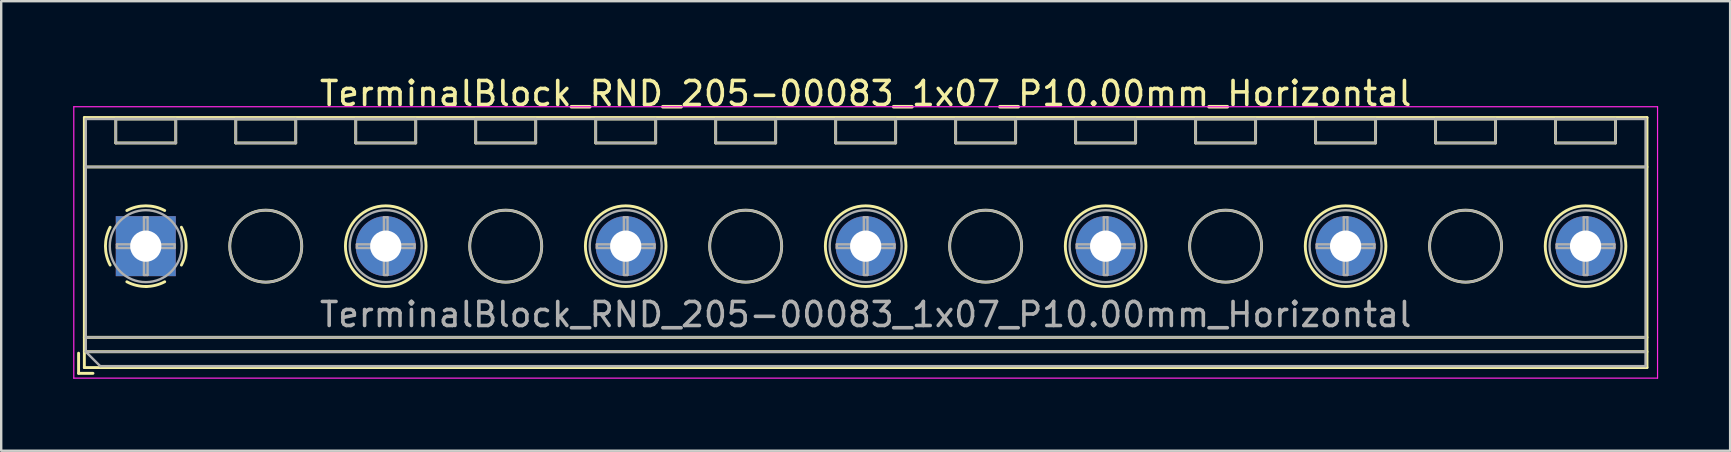
<source format=kicad_pcb>
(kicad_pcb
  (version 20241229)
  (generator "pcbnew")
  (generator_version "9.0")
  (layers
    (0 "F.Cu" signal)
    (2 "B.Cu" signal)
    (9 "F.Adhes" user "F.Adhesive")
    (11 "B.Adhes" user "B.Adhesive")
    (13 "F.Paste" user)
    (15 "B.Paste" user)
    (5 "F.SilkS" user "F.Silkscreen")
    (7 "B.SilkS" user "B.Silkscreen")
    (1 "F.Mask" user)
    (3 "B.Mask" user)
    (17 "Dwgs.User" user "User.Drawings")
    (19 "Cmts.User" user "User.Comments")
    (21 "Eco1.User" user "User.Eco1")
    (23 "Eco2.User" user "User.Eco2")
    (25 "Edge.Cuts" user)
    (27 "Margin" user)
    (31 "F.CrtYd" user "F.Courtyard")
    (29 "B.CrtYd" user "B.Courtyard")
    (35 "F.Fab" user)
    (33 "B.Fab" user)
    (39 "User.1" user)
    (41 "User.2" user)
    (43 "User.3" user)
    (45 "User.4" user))
  (footprint "TerminalBlock_RND_205-00083_1x07_P10.00mm_Horizontal"
    (layer "F.Cu")
    (at 3.025 7.208)
    (property "Reference" "TerminalBlock_RND_205-00083_1x07_P10.00mm_Horizontal" (at 30 -6.36 0) (layer "F.SilkS") (effects (font (size 1 1) (thickness 0.15))))
    (attr through_hole)
    (fp_line (start -2.8 4.46) (end -2.8 5.3) (stroke (width 0.12) (type solid)) (layer "F.SilkS"))
    (fp_line (start -2.8 5.3) (end -2.2 5.3) (stroke (width 0.12) (type solid)) (layer "F.SilkS"))
    (fp_line (start -2.56 -5.36) (end -2.56 5.06) (stroke (width 0.12) (type solid)) (layer "F.SilkS"))
    (fp_line (start -2.56 -5.36) (end 62.56 -5.36) (stroke (width 0.12) (type solid)) (layer "F.SilkS"))
    (fp_line (start -2.56 -3.301) (end 62.56 -3.301) (stroke (width 0.12) (type solid)) (layer "F.SilkS"))
    (fp_line (start -2.56 3.8) (end 62.56 3.8) (stroke (width 0.12) (type solid)) (layer "F.SilkS"))
    (fp_line (start -2.56 4.4) (end 62.56 4.4) (stroke (width 0.12) (type solid)) (layer "F.SilkS"))
    (fp_line (start -2.56 5.06) (end 62.56 5.06) (stroke (width 0.12) (type solid)) (layer "F.SilkS"))
    (fp_line (start -1.25 -5.301) (end -1.25 -4.301) (stroke (width 0.12) (type solid)) (layer "F.SilkS"))
    (fp_line (start -1.25 -5.301) (end 1.25 -5.301) (stroke (width 0.12) (type solid)) (layer "F.SilkS"))
    (fp_line (start -1.25 -4.301) (end 1.25 -4.301) (stroke (width 0.12) (type solid)) (layer "F.SilkS"))
    (fp_line (start 1.25 -5.301) (end 1.25 -4.301) (stroke (width 0.12) (type solid)) (layer "F.SilkS"))
    (fp_line (start 3.75 -5.301) (end 3.75 -4.301) (stroke (width 0.12) (type solid)) (layer "F.SilkS"))
    (fp_line (start 3.75 -5.301) (end 6.25 -5.301) (stroke (width 0.12) (type solid)) (layer "F.SilkS"))
    (fp_line (start 3.75 -4.301) (end 6.25 -4.301) (stroke (width 0.12) (type solid)) (layer "F.SilkS"))
    (fp_line (start 6.25 -5.301) (end 6.25 -4.301) (stroke (width 0.12) (type solid)) (layer "F.SilkS"))
    (fp_line (start 8.75 -5.301) (end 8.75 -4.301) (stroke (width 0.12) (type solid)) (layer "F.SilkS"))
    (fp_line (start 8.75 -5.301) (end 11.25 -5.301) (stroke (width 0.12) (type solid)) (layer "F.SilkS"))
    (fp_line (start 8.75 -4.301) (end 11.25 -4.301) (stroke (width 0.12) (type solid)) (layer "F.SilkS"))
    (fp_line (start 11.25 -5.301) (end 11.25 -4.301) (stroke (width 0.12) (type solid)) (layer "F.SilkS"))
    (fp_line (start 13.75 -5.301) (end 13.75 -4.301) (stroke (width 0.12) (type solid)) (layer "F.SilkS"))
    (fp_line (start 13.75 -5.301) (end 16.25 -5.301) (stroke (width 0.12) (type solid)) (layer "F.SilkS"))
    (fp_line (start 13.75 -4.301) (end 16.25 -4.301) (stroke (width 0.12) (type solid)) (layer "F.SilkS"))
    (fp_line (start 16.25 -5.301) (end 16.25 -4.301) (stroke (width 0.12) (type solid)) (layer "F.SilkS"))
    (fp_line (start 18.75 -5.301) (end 18.75 -4.301) (stroke (width 0.12) (type solid)) (layer "F.SilkS"))
    (fp_line (start 18.75 -5.301) (end 21.25 -5.301) (stroke (width 0.12) (type solid)) (layer "F.SilkS"))
    (fp_line (start 18.75 -4.301) (end 21.25 -4.301) (stroke (width 0.12) (type solid)) (layer "F.SilkS"))
    (fp_line (start 21.25 -5.301) (end 21.25 -4.301) (stroke (width 0.12) (type solid)) (layer "F.SilkS"))
    (fp_line (start 23.75 -5.301) (end 23.75 -4.301) (stroke (width 0.12) (type solid)) (layer "F.SilkS"))
    (fp_line (start 23.75 -5.301) (end 26.25 -5.301) (stroke (width 0.12) (type solid)) (layer "F.SilkS"))
    (fp_line (start 23.75 -4.301) (end 26.25 -4.301) (stroke (width 0.12) (type solid)) (layer "F.SilkS"))
    (fp_line (start 26.25 -5.301) (end 26.25 -4.301) (stroke (width 0.12) (type solid)) (layer "F.SilkS"))
    (fp_line (start 28.75 -5.301) (end 28.75 -4.301) (stroke (width 0.12) (type solid)) (layer "F.SilkS"))
    (fp_line (start 28.75 -5.301) (end 31.25 -5.301) (stroke (width 0.12) (type solid)) (layer "F.SilkS"))
    (fp_line (start 28.75 -4.301) (end 31.25 -4.301) (stroke (width 0.12) (type solid)) (layer "F.SilkS"))
    (fp_line (start 31.25 -5.301) (end 31.25 -4.301) (stroke (width 0.12) (type solid)) (layer "F.SilkS"))
    (fp_line (start 33.75 -5.301) (end 33.75 -4.301) (stroke (width 0.12) (type solid)) (layer "F.SilkS"))
    (fp_line (start 33.75 -5.301) (end 36.25 -5.301) (stroke (width 0.12) (type solid)) (layer "F.SilkS"))
    (fp_line (start 33.75 -4.301) (end 36.25 -4.301) (stroke (width 0.12) (type solid)) (layer "F.SilkS"))
    (fp_line (start 36.25 -5.301) (end 36.25 -4.301) (stroke (width 0.12) (type solid)) (layer "F.SilkS"))
    (fp_line (start 38.75 -5.301) (end 38.75 -4.301) (stroke (width 0.12) (type solid)) (layer "F.SilkS"))
    (fp_line (start 38.75 -5.301) (end 41.25 -5.301) (stroke (width 0.12) (type solid)) (layer "F.SilkS"))
    (fp_line (start 38.75 -4.301) (end 41.25 -4.301) (stroke (width 0.12) (type solid)) (layer "F.SilkS"))
    (fp_line (start 41.25 -5.301) (end 41.25 -4.301) (stroke (width 0.12) (type solid)) (layer "F.SilkS"))
    (fp_line (start 43.75 -5.301) (end 43.75 -4.301) (stroke (width 0.12) (type solid)) (layer "F.SilkS"))
    (fp_line (start 43.75 -5.301) (end 46.25 -5.301) (stroke (width 0.12) (type solid)) (layer "F.SilkS"))
    (fp_line (start 43.75 -4.301) (end 46.25 -4.301) (stroke (width 0.12) (type solid)) (layer "F.SilkS"))
    (fp_line (start 46.25 -5.301) (end 46.25 -4.301) (stroke (width 0.12) (type solid)) (layer "F.SilkS"))
    (fp_line (start 48.75 -5.301) (end 48.75 -4.301) (stroke (width 0.12) (type solid)) (layer "F.SilkS"))
    (fp_line (start 48.75 -5.301) (end 51.25 -5.301) (stroke (width 0.12) (type solid)) (layer "F.SilkS"))
    (fp_line (start 48.75 -4.301) (end 51.25 -4.301) (stroke (width 0.12) (type solid)) (layer "F.SilkS"))
    (fp_line (start 51.25 -5.301) (end 51.25 -4.301) (stroke (width 0.12) (type solid)) (layer "F.SilkS"))
    (fp_line (start 53.75 -5.301) (end 53.75 -4.301) (stroke (width 0.12) (type solid)) (layer "F.SilkS"))
    (fp_line (start 53.75 -5.301) (end 56.25 -5.301) (stroke (width 0.12) (type solid)) (layer "F.SilkS"))
    (fp_line (start 53.75 -4.301) (end 56.25 -4.301) (stroke (width 0.12) (type solid)) (layer "F.SilkS"))
    (fp_line (start 56.25 -5.301) (end 56.25 -4.301) (stroke (width 0.12) (type solid)) (layer "F.SilkS"))
    (fp_line (start 58.75 -5.301) (end 58.75 -4.301) (stroke (width 0.12) (type solid)) (layer "F.SilkS"))
    (fp_line (start 58.75 -5.301) (end 61.25 -5.301) (stroke (width 0.12) (type solid)) (layer "F.SilkS"))
    (fp_line (start 58.75 -4.301) (end 61.25 -4.301) (stroke (width 0.12) (type solid)) (layer "F.SilkS"))
    (fp_line (start 61.25 -5.301) (end 61.25 -4.301) (stroke (width 0.12) (type solid)) (layer "F.SilkS"))
    (fp_line (start 62.56 -5.36) (end 62.56 5.06) (stroke (width 0.12) (type solid)) (layer "F.SilkS"))
    (fp_arc (start -1.483953 0.789089) (mid -1.680708 0.00005) (end -1.484 -0.789) (stroke (width 0.12) (type solid)) (layer "F.SilkS"))
    (fp_arc (start -0.789089 -1.483953) (mid -0.00005 -1.680708) (end 0.789 -1.484) (stroke (width 0.12) (type solid)) (layer "F.SilkS"))
    (fp_arc (start 0.029383 1.68045) (mid -0.392304 1.634281) (end -0.789 1.484) (stroke (width 0.12) (type solid)) (layer "F.SilkS"))
    (fp_arc (start 0.788712 1.483352) (mid 0.406429 1.630097) (end 0 1.68) (stroke (width 0.12) (type solid)) (layer "F.SilkS"))
    (fp_arc (start 1.483953 -0.789089) (mid 1.680708 -0.00005) (end 1.484 0.789) (stroke (width 0.12) (type solid)) (layer "F.SilkS"))
    (fp_circle (center 5 0) (end 6.5 0) (stroke (width 0.12) (type solid)) (fill no) (layer "F.SilkS"))
    (fp_circle (center 10 0) (end 11.68 0) (stroke (width 0.12) (type solid)) (fill no) (layer "F.SilkS"))
    (fp_circle (center 15 0) (end 16.5 0) (stroke (width 0.12) (type solid)) (fill no) (layer "F.SilkS"))
    (fp_circle (center 20 0) (end 21.68 0) (stroke (width 0.12) (type solid)) (fill no) (layer "F.SilkS"))
    (fp_circle (center 25 0) (end 26.5 0) (stroke (width 0.12) (type solid)) (fill no) (layer "F.SilkS"))
    (fp_circle (center 30 0) (end 31.68 0) (stroke (width 0.12) (type solid)) (fill no) (layer "F.SilkS"))
    (fp_circle (center 35 0) (end 36.5 0) (stroke (width 0.12) (type solid)) (fill no) (layer "F.SilkS"))
    (fp_circle (center 40 0) (end 41.68 0) (stroke (width 0.12) (type solid)) (fill no) (layer "F.SilkS"))
    (fp_circle (center 45 0) (end 46.5 0) (stroke (width 0.12) (type solid)) (fill no) (layer "F.SilkS"))
    (fp_circle (center 50 0) (end 51.68 0) (stroke (width 0.12) (type solid)) (fill no) (layer "F.SilkS"))
    (fp_circle (center 55 0) (end 56.5 0) (stroke (width 0.12) (type solid)) (fill no) (layer "F.SilkS"))
    (fp_circle (center 60 0) (end 61.68 0) (stroke (width 0.12) (type solid)) (fill no) (layer "F.SilkS"))
    (fp_line (start -3 -5.81) (end -3 5.5) (stroke (width 0.05) (type solid)) (layer "F.CrtYd"))
    (fp_line (start -3 5.5) (end 63 5.5) (stroke (width 0.05) (type solid)) (layer "F.CrtYd"))
    (fp_line (start 63 -5.81) (end -3 -5.81) (stroke (width 0.05) (type solid)) (layer "F.CrtYd"))
    (fp_line (start 63 5.5) (end 63 -5.81) (stroke (width 0.05) (type solid)) (layer "F.CrtYd"))
    (fp_line (start -2.5 -5.3) (end 62.5 -5.3) (stroke (width 0.1) (type solid)) (layer "F.Fab"))
    (fp_line (start -2.5 -3.3) (end 62.5 -3.3) (stroke (width 0.1) (type solid)) (layer "F.Fab"))
    (fp_line (start -2.5 3.8) (end 62.5 3.8) (stroke (width 0.1) (type solid)) (layer "F.Fab"))
    (fp_line (start -2.5 4.4) (end -2.5 -5.3) (stroke (width 0.1) (type solid)) (layer "F.Fab"))
    (fp_line (start -2.5 4.4) (end 62.5 4.4) (stroke (width 0.1) (type solid)) (layer "F.Fab"))
    (fp_line (start -1.9 5) (end -2.5 4.4) (stroke (width 0.1) (type solid)) (layer "F.Fab"))
    (fp_line (start -1.25 -5.3) (end -1.25 -4.3) (stroke (width 0.1) (type solid)) (layer "F.Fab"))
    (fp_line (start -1.25 -4.3) (end 1.25 -4.3) (stroke (width 0.1) (type solid)) (layer "F.Fab"))
    (fp_line (start -1.201 -0.076) (end -0.076 -0.076) (stroke (width 0.1) (type solid)) (layer "F.Fab"))
    (fp_line (start -1.201 0.076) (end -1.201 -0.076) (stroke (width 0.1) (type solid)) (layer "F.Fab"))
    (fp_line (start -0.076 -1.201) (end 0.076 -1.201) (stroke (width 0.1) (type solid)) (layer "F.Fab"))
    (fp_line (start -0.076 -0.076) (end -0.076 -1.201) (stroke (width 0.1) (type solid)) (layer "F.Fab"))
    (fp_line (start -0.076 0.076) (end -1.201 0.076) (stroke (width 0.1) (type solid)) (layer "F.Fab"))
    (fp_line (start -0.076 1.201) (end -0.076 0.076) (stroke (width 0.1) (type solid)) (layer "F.Fab"))
    (fp_line (start 0.076 -1.201) (end 0.076 -0.076) (stroke (width 0.1) (type solid)) (layer "F.Fab"))
    (fp_line (start 0.076 -0.076) (end 1.201 -0.076) (stroke (width 0.1) (type solid)) (layer "F.Fab"))
    (fp_line (start 0.076 0.076) (end 0.076 1.201) (stroke (width 0.1) (type solid)) (layer "F.Fab"))
    (fp_line (start 0.076 1.201) (end -0.076 1.201) (stroke (width 0.1) (type solid)) (layer "F.Fab"))
    (fp_line (start 1.201 -0.076) (end 1.201 0.076) (stroke (width 0.1) (type solid)) (layer "F.Fab"))
    (fp_line (start 1.201 0.076) (end 0.076 0.076) (stroke (width 0.1) (type solid)) (layer "F.Fab"))
    (fp_line (start 1.25 -5.3) (end -1.25 -5.3) (stroke (width 0.1) (type solid)) (layer "F.Fab"))
    (fp_line (start 1.25 -4.3) (end 1.25 -5.3) (stroke (width 0.1) (type solid)) (layer "F.Fab"))
    (fp_line (start 3.75 -5.3) (end 3.75 -4.3) (stroke (width 0.1) (type solid)) (layer "F.Fab"))
    (fp_line (start 3.75 -4.3) (end 6.25 -4.3) (stroke (width 0.1) (type solid)) (layer "F.Fab"))
    (fp_line (start 6.25 -5.3) (end 3.75 -5.3) (stroke (width 0.1) (type solid)) (layer "F.Fab"))
    (fp_line (start 6.25 -4.3) (end 6.25 -5.3) (stroke (width 0.1) (type solid)) (layer "F.Fab"))
    (fp_line (start 8.75 -5.3) (end 8.75 -4.3) (stroke (width 0.1) (type solid)) (layer "F.Fab"))
    (fp_line (start 8.75 -4.3) (end 11.25 -4.3) (stroke (width 0.1) (type solid)) (layer "F.Fab"))
    (fp_line (start 8.799 -0.076) (end 9.924 -0.076) (stroke (width 0.1) (type solid)) (layer "F.Fab"))
    (fp_line (start 8.799 0.076) (end 8.799 -0.076) (stroke (width 0.1) (type solid)) (layer "F.Fab"))
    (fp_line (start 9.924 -1.201) (end 10.076 -1.201) (stroke (width 0.1) (type solid)) (layer "F.Fab"))
    (fp_line (start 9.924 -0.076) (end 9.924 -1.201) (stroke (width 0.1) (type solid)) (layer "F.Fab"))
    (fp_line (start 9.924 0.076) (end 8.799 0.076) (stroke (width 0.1) (type solid)) (layer "F.Fab"))
    (fp_line (start 9.924 1.201) (end 9.924 0.076) (stroke (width 0.1) (type solid)) (layer "F.Fab"))
    (fp_line (start 10.076 -1.201) (end 10.076 -0.076) (stroke (width 0.1) (type solid)) (layer "F.Fab"))
    (fp_line (start 10.076 -0.076) (end 11.201 -0.076) (stroke (width 0.1) (type solid)) (layer "F.Fab"))
    (fp_line (start 10.076 0.076) (end 10.076 1.201) (stroke (width 0.1) (type solid)) (layer "F.Fab"))
    (fp_line (start 10.076 1.201) (end 9.924 1.201) (stroke (width 0.1) (type solid)) (layer "F.Fab"))
    (fp_line (start 11.201 -0.076) (end 11.201 0.076) (stroke (width 0.1) (type solid)) (layer "F.Fab"))
    (fp_line (start 11.201 0.076) (end 10.076 0.076) (stroke (width 0.1) (type solid)) (layer "F.Fab"))
    (fp_line (start 11.25 -5.3) (end 8.75 -5.3) (stroke (width 0.1) (type solid)) (layer "F.Fab"))
    (fp_line (start 11.25 -4.3) (end 11.25 -5.3) (stroke (width 0.1) (type solid)) (layer "F.Fab"))
    (fp_line (start 13.75 -5.3) (end 13.75 -4.3) (stroke (width 0.1) (type solid)) (layer "F.Fab"))
    (fp_line (start 13.75 -4.3) (end 16.25 -4.3) (stroke (width 0.1) (type solid)) (layer "F.Fab"))
    (fp_line (start 16.25 -5.3) (end 13.75 -5.3) (stroke (width 0.1) (type solid)) (layer "F.Fab"))
    (fp_line (start 16.25 -4.3) (end 16.25 -5.3) (stroke (width 0.1) (type solid)) (layer "F.Fab"))
    (fp_line (start 18.75 -5.3) (end 18.75 -4.3) (stroke (width 0.1) (type solid)) (layer "F.Fab"))
    (fp_line (start 18.75 -4.3) (end 21.25 -4.3) (stroke (width 0.1) (type solid)) (layer "F.Fab"))
    (fp_line (start 18.799 -0.076) (end 19.924 -0.076) (stroke (width 0.1) (type solid)) (layer "F.Fab"))
    (fp_line (start 18.799 0.076) (end 18.799 -0.076) (stroke (width 0.1) (type solid)) (layer "F.Fab"))
    (fp_line (start 19.924 -1.201) (end 20.076 -1.201) (stroke (width 0.1) (type solid)) (layer "F.Fab"))
    (fp_line (start 19.924 -0.076) (end 19.924 -1.201) (stroke (width 0.1) (type solid)) (layer "F.Fab"))
    (fp_line (start 19.924 0.076) (end 18.799 0.076) (stroke (width 0.1) (type solid)) (layer "F.Fab"))
    (fp_line (start 19.924 1.201) (end 19.924 0.076) (stroke (width 0.1) (type solid)) (layer "F.Fab"))
    (fp_line (start 20.076 -1.201) (end 20.076 -0.076) (stroke (width 0.1) (type solid)) (layer "F.Fab"))
    (fp_line (start 20.076 -0.076) (end 21.201 -0.076) (stroke (width 0.1) (type solid)) (layer "F.Fab"))
    (fp_line (start 20.076 0.076) (end 20.076 1.201) (stroke (width 0.1) (type solid)) (layer "F.Fab"))
    (fp_line (start 20.076 1.201) (end 19.924 1.201) (stroke (width 0.1) (type solid)) (layer "F.Fab"))
    (fp_line (start 21.201 -0.076) (end 21.201 0.076) (stroke (width 0.1) (type solid)) (layer "F.Fab"))
    (fp_line (start 21.201 0.076) (end 20.076 0.076) (stroke (width 0.1) (type solid)) (layer "F.Fab"))
    (fp_line (start 21.25 -5.3) (end 18.75 -5.3) (stroke (width 0.1) (type solid)) (layer "F.Fab"))
    (fp_line (start 21.25 -4.3) (end 21.25 -5.3) (stroke (width 0.1) (type solid)) (layer "F.Fab"))
    (fp_line (start 23.75 -5.3) (end 23.75 -4.3) (stroke (width 0.1) (type solid)) (layer "F.Fab"))
    (fp_line (start 23.75 -4.3) (end 26.25 -4.3) (stroke (width 0.1) (type solid)) (layer "F.Fab"))
    (fp_line (start 26.25 -5.3) (end 23.75 -5.3) (stroke (width 0.1) (type solid)) (layer "F.Fab"))
    (fp_line (start 26.25 -4.3) (end 26.25 -5.3) (stroke (width 0.1) (type solid)) (layer "F.Fab"))
    (fp_line (start 28.75 -5.3) (end 28.75 -4.3) (stroke (width 0.1) (type solid)) (layer "F.Fab"))
    (fp_line (start 28.75 -4.3) (end 31.25 -4.3) (stroke (width 0.1) (type solid)) (layer "F.Fab"))
    (fp_line (start 28.799 -0.076) (end 29.924 -0.076) (stroke (width 0.1) (type solid)) (layer "F.Fab"))
    (fp_line (start 28.799 0.076) (end 28.799 -0.076) (stroke (width 0.1) (type solid)) (layer "F.Fab"))
    (fp_line (start 29.924 -1.201) (end 30.076 -1.201) (stroke (width 0.1) (type solid)) (layer "F.Fab"))
    (fp_line (start 29.924 -0.076) (end 29.924 -1.201) (stroke (width 0.1) (type solid)) (layer "F.Fab"))
    (fp_line (start 29.924 0.076) (end 28.799 0.076) (stroke (width 0.1) (type solid)) (layer "F.Fab"))
    (fp_line (start 29.924 1.201) (end 29.924 0.076) (stroke (width 0.1) (type solid)) (layer "F.Fab"))
    (fp_line (start 30.076 -1.201) (end 30.076 -0.076) (stroke (width 0.1) (type solid)) (layer "F.Fab"))
    (fp_line (start 30.076 -0.076) (end 31.201 -0.076) (stroke (width 0.1) (type solid)) (layer "F.Fab"))
    (fp_line (start 30.076 0.076) (end 30.076 1.201) (stroke (width 0.1) (type solid)) (layer "F.Fab"))
    (fp_line (start 30.076 1.201) (end 29.924 1.201) (stroke (width 0.1) (type solid)) (layer "F.Fab"))
    (fp_line (start 31.201 -0.076) (end 31.201 0.076) (stroke (width 0.1) (type solid)) (layer "F.Fab"))
    (fp_line (start 31.201 0.076) (end 30.076 0.076) (stroke (width 0.1) (type solid)) (layer "F.Fab"))
    (fp_line (start 31.25 -5.3) (end 28.75 -5.3) (stroke (width 0.1) (type solid)) (layer "F.Fab"))
    (fp_line (start 31.25 -4.3) (end 31.25 -5.3) (stroke (width 0.1) (type solid)) (layer "F.Fab"))
    (fp_line (start 33.75 -5.3) (end 33.75 -4.3) (stroke (width 0.1) (type solid)) (layer "F.Fab"))
    (fp_line (start 33.75 -4.3) (end 36.25 -4.3) (stroke (width 0.1) (type solid)) (layer "F.Fab"))
    (fp_line (start 36.25 -5.3) (end 33.75 -5.3) (stroke (width 0.1) (type solid)) (layer "F.Fab"))
    (fp_line (start 36.25 -4.3) (end 36.25 -5.3) (stroke (width 0.1) (type solid)) (layer "F.Fab"))
    (fp_line (start 38.75 -5.3) (end 38.75 -4.3) (stroke (width 0.1) (type solid)) (layer "F.Fab"))
    (fp_line (start 38.75 -4.3) (end 41.25 -4.3) (stroke (width 0.1) (type solid)) (layer "F.Fab"))
    (fp_line (start 38.799 -0.076) (end 39.924 -0.076) (stroke (width 0.1) (type solid)) (layer "F.Fab"))
    (fp_line (start 38.799 0.076) (end 38.799 -0.076) (stroke (width 0.1) (type solid)) (layer "F.Fab"))
    (fp_line (start 39.924 -1.201) (end 40.076 -1.201) (stroke (width 0.1) (type solid)) (layer "F.Fab"))
    (fp_line (start 39.924 -0.076) (end 39.924 -1.201) (stroke (width 0.1) (type solid)) (layer "F.Fab"))
    (fp_line (start 39.924 0.076) (end 38.799 0.076) (stroke (width 0.1) (type solid)) (layer "F.Fab"))
    (fp_line (start 39.924 1.201) (end 39.924 0.076) (stroke (width 0.1) (type solid)) (layer "F.Fab"))
    (fp_line (start 40.076 -1.201) (end 40.076 -0.076) (stroke (width 0.1) (type solid)) (layer "F.Fab"))
    (fp_line (start 40.076 -0.076) (end 41.201 -0.076) (stroke (width 0.1) (type solid)) (layer "F.Fab"))
    (fp_line (start 40.076 0.076) (end 40.076 1.201) (stroke (width 0.1) (type solid)) (layer "F.Fab"))
    (fp_line (start 40.076 1.201) (end 39.924 1.201) (stroke (width 0.1) (type solid)) (layer "F.Fab"))
    (fp_line (start 41.201 -0.076) (end 41.201 0.076) (stroke (width 0.1) (type solid)) (layer "F.Fab"))
    (fp_line (start 41.201 0.076) (end 40.076 0.076) (stroke (width 0.1) (type solid)) (layer "F.Fab"))
    (fp_line (start 41.25 -5.3) (end 38.75 -5.3) (stroke (width 0.1) (type solid)) (layer "F.Fab"))
    (fp_line (start 41.25 -4.3) (end 41.25 -5.3) (stroke (width 0.1) (type solid)) (layer "F.Fab"))
    (fp_line (start 43.75 -5.3) (end 43.75 -4.3) (stroke (width 0.1) (type solid)) (layer "F.Fab"))
    (fp_line (start 43.75 -4.3) (end 46.25 -4.3) (stroke (width 0.1) (type solid)) (layer "F.Fab"))
    (fp_line (start 46.25 -5.3) (end 43.75 -5.3) (stroke (width 0.1) (type solid)) (layer "F.Fab"))
    (fp_line (start 46.25 -4.3) (end 46.25 -5.3) (stroke (width 0.1) (type solid)) (layer "F.Fab"))
    (fp_line (start 48.75 -5.3) (end 48.75 -4.3) (stroke (width 0.1) (type solid)) (layer "F.Fab"))
    (fp_line (start 48.75 -4.3) (end 51.25 -4.3) (stroke (width 0.1) (type solid)) (layer "F.Fab"))
    (fp_line (start 48.799 -0.076) (end 49.924 -0.076) (stroke (width 0.1) (type solid)) (layer "F.Fab"))
    (fp_line (start 48.799 0.076) (end 48.799 -0.076) (stroke (width 0.1) (type solid)) (layer "F.Fab"))
    (fp_line (start 49.924 -1.201) (end 50.076 -1.201) (stroke (width 0.1) (type solid)) (layer "F.Fab"))
    (fp_line (start 49.924 -0.076) (end 49.924 -1.201) (stroke (width 0.1) (type solid)) (layer "F.Fab"))
    (fp_line (start 49.924 0.076) (end 48.799 0.076) (stroke (width 0.1) (type solid)) (layer "F.Fab"))
    (fp_line (start 49.924 1.201) (end 49.924 0.076) (stroke (width 0.1) (type solid)) (layer "F.Fab"))
    (fp_line (start 50.076 -1.201) (end 50.076 -0.076) (stroke (width 0.1) (type solid)) (layer "F.Fab"))
    (fp_line (start 50.076 -0.076) (end 51.201 -0.076) (stroke (width 0.1) (type solid)) (layer "F.Fab"))
    (fp_line (start 50.076 0.076) (end 50.076 1.201) (stroke (width 0.1) (type solid)) (layer "F.Fab"))
    (fp_line (start 50.076 1.201) (end 49.924 1.201) (stroke (width 0.1) (type solid)) (layer "F.Fab"))
    (fp_line (start 51.201 -0.076) (end 51.201 0.076) (stroke (width 0.1) (type solid)) (layer "F.Fab"))
    (fp_line (start 51.201 0.076) (end 50.076 0.076) (stroke (width 0.1) (type solid)) (layer "F.Fab"))
    (fp_line (start 51.25 -5.3) (end 48.75 -5.3) (stroke (width 0.1) (type solid)) (layer "F.Fab"))
    (fp_line (start 51.25 -4.3) (end 51.25 -5.3) (stroke (width 0.1) (type solid)) (layer "F.Fab"))
    (fp_line (start 53.75 -5.3) (end 53.75 -4.3) (stroke (width 0.1) (type solid)) (layer "F.Fab"))
    (fp_line (start 53.75 -4.3) (end 56.25 -4.3) (stroke (width 0.1) (type solid)) (layer "F.Fab"))
    (fp_line (start 56.25 -5.3) (end 53.75 -5.3) (stroke (width 0.1) (type solid)) (layer "F.Fab"))
    (fp_line (start 56.25 -4.3) (end 56.25 -5.3) (stroke (width 0.1) (type solid)) (layer "F.Fab"))
    (fp_line (start 58.75 -5.3) (end 58.75 -4.3) (stroke (width 0.1) (type solid)) (layer "F.Fab"))
    (fp_line (start 58.75 -4.3) (end 61.25 -4.3) (stroke (width 0.1) (type solid)) (layer "F.Fab"))
    (fp_line (start 58.799 -0.076) (end 59.924 -0.076) (stroke (width 0.1) (type solid)) (layer "F.Fab"))
    (fp_line (start 58.799 0.076) (end 58.799 -0.076) (stroke (width 0.1) (type solid)) (layer "F.Fab"))
    (fp_line (start 59.924 -1.201) (end 60.076 -1.201) (stroke (width 0.1) (type solid)) (layer "F.Fab"))
    (fp_line (start 59.924 -0.076) (end 59.924 -1.201) (stroke (width 0.1) (type solid)) (layer "F.Fab"))
    (fp_line (start 59.924 0.076) (end 58.799 0.076) (stroke (width 0.1) (type solid)) (layer "F.Fab"))
    (fp_line (start 59.924 1.201) (end 59.924 0.076) (stroke (width 0.1) (type solid)) (layer "F.Fab"))
    (fp_line (start 60.076 -1.201) (end 60.076 -0.076) (stroke (width 0.1) (type solid)) (layer "F.Fab"))
    (fp_line (start 60.076 -0.076) (end 61.201 -0.076) (stroke (width 0.1) (type solid)) (layer "F.Fab"))
    (fp_line (start 60.076 0.076) (end 60.076 1.201) (stroke (width 0.1) (type solid)) (layer "F.Fab"))
    (fp_line (start 60.076 1.201) (end 59.924 1.201) (stroke (width 0.1) (type solid)) (layer "F.Fab"))
    (fp_line (start 61.201 -0.076) (end 61.201 0.076) (stroke (width 0.1) (type solid)) (layer "F.Fab"))
    (fp_line (start 61.201 0.076) (end 60.076 0.076) (stroke (width 0.1) (type solid)) (layer "F.Fab"))
    (fp_line (start 61.25 -5.3) (end 58.75 -5.3) (stroke (width 0.1) (type solid)) (layer "F.Fab"))
    (fp_line (start 61.25 -4.3) (end 61.25 -5.3) (stroke (width 0.1) (type solid)) (layer "F.Fab"))
    (fp_line (start 62.5 -5.3) (end 62.5 5) (stroke (width 0.1) (type solid)) (layer "F.Fab"))
    (fp_line (start 62.5 5) (end -1.9 5) (stroke (width 0.1) (type solid)) (layer "F.Fab"))
    (fp_circle (center 0 0) (end 1.5 0) (stroke (width 0.1) (type solid)) (fill no) (layer "F.Fab"))
    (fp_circle (center 5 0) (end 6.5 0) (stroke (width 0.1) (type solid)) (fill no) (layer "F.Fab"))
    (fp_circle (center 10 0) (end 11.5 0) (stroke (width 0.1) (type solid)) (fill no) (layer "F.Fab"))
    (fp_circle (center 15 0) (end 16.5 0) (stroke (width 0.1) (type solid)) (fill no) (layer "F.Fab"))
    (fp_circle (center 20 0) (end 21.5 0) (stroke (width 0.1) (type solid)) (fill no) (layer "F.Fab"))
    (fp_circle (center 25 0) (end 26.5 0) (stroke (width 0.1) (type solid)) (fill no) (layer "F.Fab"))
    (fp_circle (center 30 0) (end 31.5 0) (stroke (width 0.1) (type solid)) (fill no) (layer "F.Fab"))
    (fp_circle (center 35 0) (end 36.5 0) (stroke (width 0.1) (type solid)) (fill no) (layer "F.Fab"))
    (fp_circle (center 40 0) (end 41.5 0) (stroke (width 0.1) (type solid)) (fill no) (layer "F.Fab"))
    (fp_circle (center 45 0) (end 46.5 0) (stroke (width 0.1) (type solid)) (fill no) (layer "F.Fab"))
    (fp_circle (center 50 0) (end 51.5 0) (stroke (width 0.1) (type solid)) (fill no) (layer "F.Fab"))
    (fp_circle (center 55 0) (end 56.5 0) (stroke (width 0.1) (type solid)) (fill no) (layer "F.Fab"))
    (fp_circle (center 60 0) (end 61.5 0) (stroke (width 0.1) (type solid)) (fill no) (layer "F.Fab"))
    (fp_text user "${REFERENCE}" (at 30 2.85 0) (layer "F.Fab") (effects (font (size 1 1) (thickness 0.15))))
    (pad "1" thru_hole rect (at 0 0) (size 2.5 2.5) (drill 1.3) (layers "*.Cu" "*.Mask"))
    (pad "2" thru_hole circle (at 10 0) (size 2.5 2.5) (drill 1.3) (layers "*.Cu" "*.Mask"))
    (pad "3" thru_hole circle (at 20 0) (size 2.5 2.5) (drill 1.3) (layers "*.Cu" "*.Mask"))
    (pad "4" thru_hole circle (at 30 0) (size 2.5 2.5) (drill 1.3) (layers "*.Cu" "*.Mask"))
    (pad "5" thru_hole circle (at 40 0) (size 2.5 2.5) (drill 1.3) (layers "*.Cu" "*.Mask"))
    (pad "6" thru_hole circle (at 50 0) (size 2.5 2.5) (drill 1.3) (layers "*.Cu" "*.Mask"))
    (pad "7" thru_hole circle (at 60 0) (size 2.5 2.5) (drill 1.3) (layers "*.Cu" "*.Mask")))
  (gr_rect
    (start -3 -3)
    (end 69.05 15.733)
    (stroke (width 0.1) (type default))
    (fill no)
    (layer "Edge.Cuts")))
</source>
